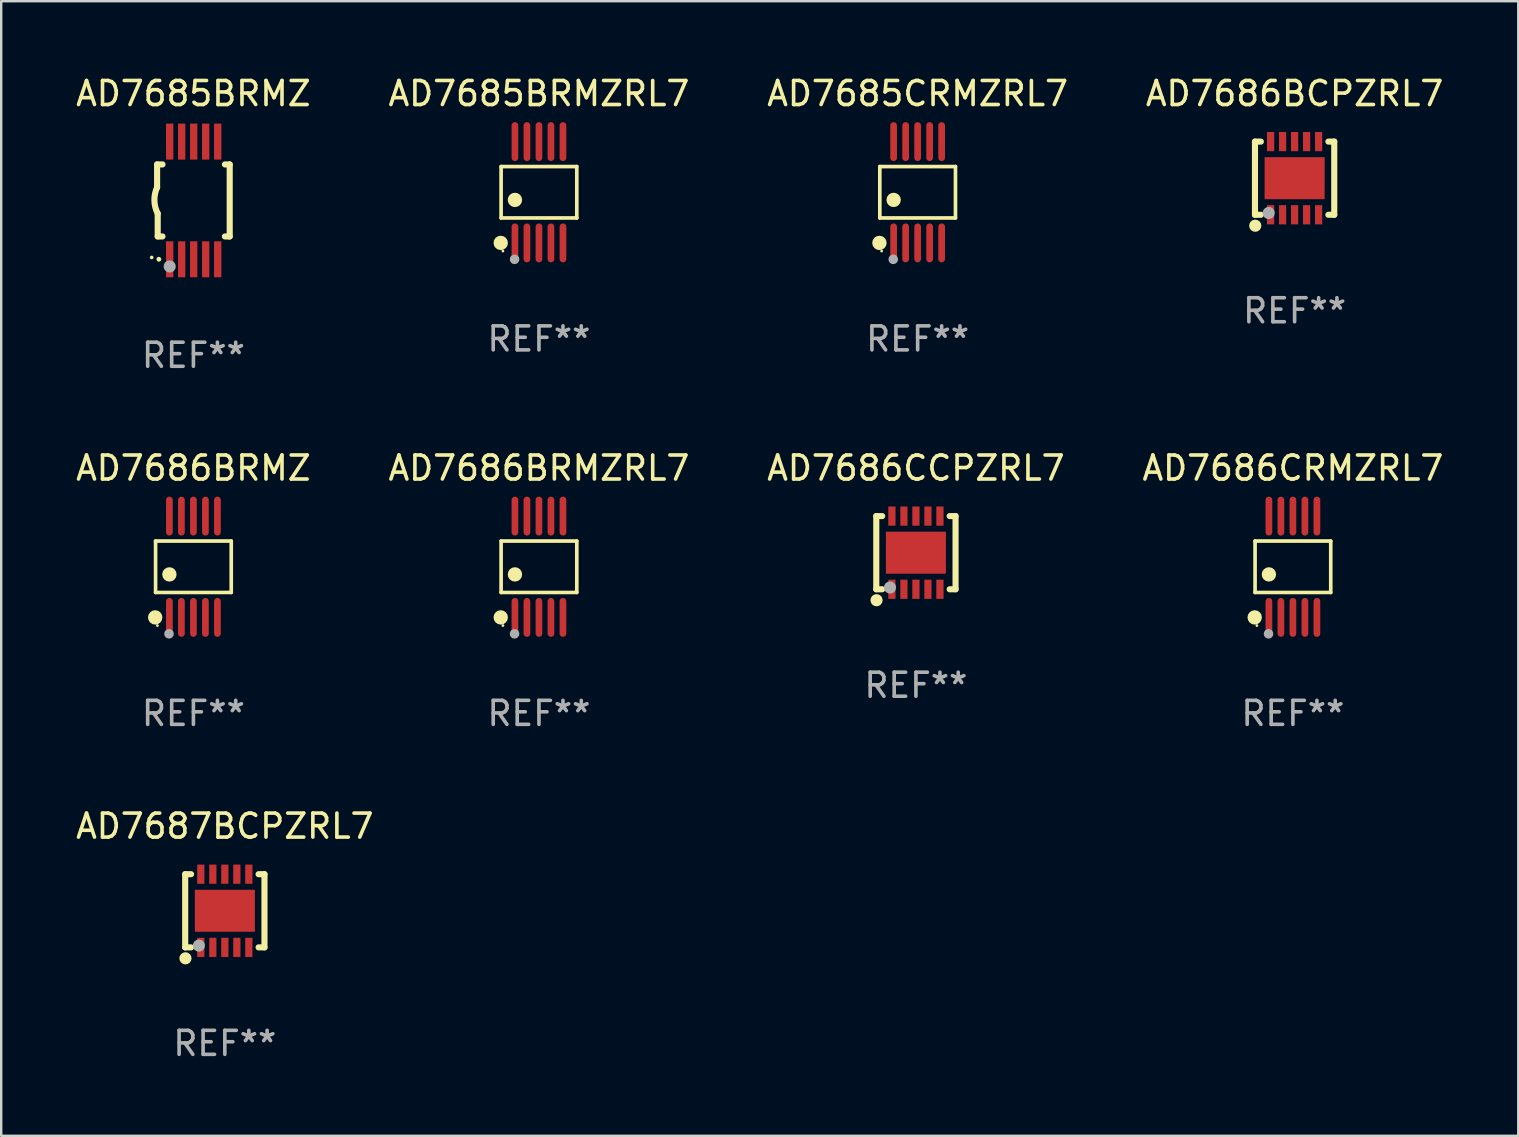
<source format=kicad_pcb>
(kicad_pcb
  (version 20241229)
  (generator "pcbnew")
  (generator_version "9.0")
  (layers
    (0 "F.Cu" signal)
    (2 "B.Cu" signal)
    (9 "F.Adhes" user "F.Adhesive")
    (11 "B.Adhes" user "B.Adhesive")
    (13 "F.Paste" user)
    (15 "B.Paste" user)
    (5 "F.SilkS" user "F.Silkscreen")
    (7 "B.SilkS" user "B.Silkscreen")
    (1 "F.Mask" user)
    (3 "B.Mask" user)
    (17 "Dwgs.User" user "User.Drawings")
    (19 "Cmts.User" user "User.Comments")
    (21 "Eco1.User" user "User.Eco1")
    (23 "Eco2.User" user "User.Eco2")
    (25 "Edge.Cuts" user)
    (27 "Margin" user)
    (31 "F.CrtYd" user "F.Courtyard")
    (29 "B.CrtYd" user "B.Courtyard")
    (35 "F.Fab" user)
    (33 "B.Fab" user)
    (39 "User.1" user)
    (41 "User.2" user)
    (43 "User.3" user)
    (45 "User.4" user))
  (footprint "AD7686BCPZRL7"
    (layer "F.Cu")
    (at 50.875 4.372)
    (property "Reference" "AD7686BCPZRL7" (at 0 -3.524 0) (layer "F.SilkS") (effects (font (size 1 1) (thickness 0.15))))
    (attr through_hole)
    (fp_line (start -1.651 -1.524) (end -1.651 1.524) (stroke (width 0.254) (type solid)) (layer "F.SilkS"))
    (fp_line (start -1.651 1.524) (end -1.406 1.524) (stroke (width 0.254) (type solid)) (layer "F.SilkS"))
    (fp_line (start -1.406 -1.524) (end -1.651 -1.524) (stroke (width 0.254) (type solid)) (layer "F.SilkS"))
    (fp_line (start 1.406 1.524) (end 1.651 1.524) (stroke (width 0.254) (type solid)) (layer "F.SilkS"))
    (fp_line (start 1.651 -1.524) (end 1.406 -1.524) (stroke (width 0.254) (type solid)) (layer "F.SilkS"))
    (fp_line (start 1.651 1.524) (end 1.651 -1.524) (stroke (width 0.254) (type solid)) (layer "F.SilkS"))
    (fp_circle (center -1.64 1.98) (end -1.513 1.98) (stroke (width 0.254) (type solid)) (fill no) (layer "F.SilkS"))
    (fp_circle (center -1.5 1.5) (end -1.47 1.5) (stroke (width 0.06) (type solid)) (fill no) (layer "F.SilkS"))
    (fp_circle (center -1.08 1.45) (end -0.953 1.45) (stroke (width 0.254) (type solid)) (fill no) (layer "F.Fab"))
    (fp_text user "REF**" (at 0 5.524 0) (layer "F.Fab") (effects (font (size 1 1) (thickness 0.15))))
    (pad "1" smd rect (at -1 1.524) (size 0.3 0.8) (layers "F.Cu" "F.Mask" "F.Paste"))
    (pad "2" smd rect (at -0.5 1.524) (size 0.3 0.8) (layers "F.Cu" "F.Mask" "F.Paste"))
    (pad "3" smd rect (at 0 1.524) (size 0.3 0.8) (layers "F.Cu" "F.Mask" "F.Paste"))
    (pad "4" smd rect (at 0.5 1.524) (size 0.3 0.8) (layers "F.Cu" "F.Mask" "F.Paste"))
    (pad "5" smd rect (at 1 1.524) (size 0.3 0.8) (layers "F.Cu" "F.Mask" "F.Paste"))
    (pad "6" smd rect (at 1 -1.524) (size 0.3 0.8) (layers "F.Cu" "F.Mask" "F.Paste"))
    (pad "7" smd rect (at 0.5 -1.524) (size 0.3 0.8) (layers "F.Cu" "F.Mask" "F.Paste"))
    (pad "8" smd rect (at 0 -1.524) (size 0.3 0.8) (layers "F.Cu" "F.Mask" "F.Paste"))
    (pad "9" smd rect (at -0.5 -1.524) (size 0.3 0.8) (layers "F.Cu" "F.Mask" "F.Paste"))
    (pad "10" smd rect (at -1 -1.524) (size 0.3 0.8) (layers "F.Cu" "F.Mask" "F.Paste"))
    (pad "11" smd rect (at 0 0) (size 2.5 1.75) (layers "F.Cu" "F.Mask" "F.Paste")))
  (footprint "AD7687BCPZRL7"
    (layer "F.Cu")
    (at 6.315 34.887)
    (property "Reference" "AD7687BCPZRL7" (at 0 -3.524 0) (layer "F.SilkS") (effects (font (size 1 1) (thickness 0.15))))
    (attr through_hole)
    (fp_line (start -1.651 -1.524) (end -1.651 1.524) (stroke (width 0.254) (type solid)) (layer "F.SilkS"))
    (fp_line (start -1.651 1.524) (end -1.406 1.524) (stroke (width 0.254) (type solid)) (layer "F.SilkS"))
    (fp_line (start -1.406 -1.524) (end -1.651 -1.524) (stroke (width 0.254) (type solid)) (layer "F.SilkS"))
    (fp_line (start 1.406 1.524) (end 1.651 1.524) (stroke (width 0.254) (type solid)) (layer "F.SilkS"))
    (fp_line (start 1.651 -1.524) (end 1.406 -1.524) (stroke (width 0.254) (type solid)) (layer "F.SilkS"))
    (fp_line (start 1.651 1.524) (end 1.651 -1.524) (stroke (width 0.254) (type solid)) (layer "F.SilkS"))
    (fp_circle (center -1.64 1.98) (end -1.513 1.98) (stroke (width 0.254) (type solid)) (fill no) (layer "F.SilkS"))
    (fp_circle (center -1.5 1.5) (end -1.47 1.5) (stroke (width 0.06) (type solid)) (fill no) (layer "F.SilkS"))
    (fp_circle (center -1.08 1.45) (end -0.953 1.45) (stroke (width 0.254) (type solid)) (fill no) (layer "F.Fab"))
    (fp_text user "REF**" (at 0 5.524 0) (layer "F.Fab") (effects (font (size 1 1) (thickness 0.15))))
    (pad "1" smd rect (at -1 1.524) (size 0.3 0.8) (layers "F.Cu" "F.Mask" "F.Paste"))
    (pad "2" smd rect (at -0.5 1.524) (size 0.3 0.8) (layers "F.Cu" "F.Mask" "F.Paste"))
    (pad "3" smd rect (at 0 1.524) (size 0.3 0.8) (layers "F.Cu" "F.Mask" "F.Paste"))
    (pad "4" smd rect (at 0.5 1.524) (size 0.3 0.8) (layers "F.Cu" "F.Mask" "F.Paste"))
    (pad "5" smd rect (at 1 1.524) (size 0.3 0.8) (layers "F.Cu" "F.Mask" "F.Paste"))
    (pad "6" smd rect (at 1 -1.524) (size 0.3 0.8) (layers "F.Cu" "F.Mask" "F.Paste"))
    (pad "7" smd rect (at 0.5 -1.524) (size 0.3 0.8) (layers "F.Cu" "F.Mask" "F.Paste"))
    (pad "8" smd rect (at 0 -1.524) (size 0.3 0.8) (layers "F.Cu" "F.Mask" "F.Paste"))
    (pad "9" smd rect (at -0.5 -1.524) (size 0.3 0.8) (layers "F.Cu" "F.Mask" "F.Paste"))
    (pad "10" smd rect (at -1 -1.524) (size 0.3 0.8) (layers "F.Cu" "F.Mask" "F.Paste"))
    (pad "11" smd rect (at 0 0) (size 2.5 1.75) (layers "F.Cu" "F.Mask" "F.Paste")))
  (footprint "AD7685BRMZRL7"
    (layer "F.Cu")
    (at 19.399 4.958)
    (property "Reference" "AD7685BRMZRL7" (at 0 -4.11 0) (layer "F.SilkS") (effects (font (size 1 1) (thickness 0.15))))
    (attr through_hole)
    (fp_line (start -1.576 -1.071) (end 1.576 -1.071) (stroke (width 0.152) (type solid)) (layer "F.SilkS"))
    (fp_line (start -1.576 1.071) (end -1.576 -1.071) (stroke (width 0.152) (type solid)) (layer "F.SilkS"))
    (fp_line (start 1.576 -1.071) (end 1.576 1.071) (stroke (width 0.152) (type solid)) (layer "F.SilkS"))
    (fp_line (start 1.576 1.071) (end -1.576 1.071) (stroke (width 0.152) (type solid)) (layer "F.SilkS"))
    (fp_circle (center -1.592 2.11) (end -1.442 2.11) (stroke (width 0.3) (type solid)) (fill no) (layer "F.SilkS"))
    (fp_circle (center -1.5 2.45) (end -1.47 2.45) (stroke (width 0.06) (type solid)) (fill no) (layer "F.SilkS"))
    (fp_circle (center -1 0.319) (end -0.85 0.319) (stroke (width 0.3) (type solid)) (fill no) (layer "F.SilkS"))
    (fp_circle (center -1.016 2.794) (end -0.916 2.794) (stroke (width 0.2) (type solid)) (fill no) (layer "F.Fab"))
    (fp_text user "REF**" (at 0 6.11 0) (layer "F.Fab") (effects (font (size 1 1) (thickness 0.15))))
    (pad "1" smd oval (at -1 2.11) (size 0.28 1.62) (layers "F.Cu" "F.Mask" "F.Paste"))
    (pad "2" smd oval (at -0.5 2.11) (size 0.28 1.62) (layers "F.Cu" "F.Mask" "F.Paste"))
    (pad "3" smd oval (at 0 2.11) (size 0.28 1.62) (layers "F.Cu" "F.Mask" "F.Paste"))
    (pad "4" smd oval (at 0.5 2.11) (size 0.28 1.62) (layers "F.Cu" "F.Mask" "F.Paste"))
    (pad "5" smd oval (at 1 2.11) (size 0.28 1.62) (layers "F.Cu" "F.Mask" "F.Paste"))
    (pad "6" smd oval (at 1 -2.11) (size 0.28 1.62) (layers "F.Cu" "F.Mask" "F.Paste"))
    (pad "7" smd oval (at 0.5 -2.11) (size 0.28 1.62) (layers "F.Cu" "F.Mask" "F.Paste"))
    (pad "8" smd oval (at 0 -2.11) (size 0.28 1.62) (layers "F.Cu" "F.Mask" "F.Paste"))
    (pad "9" smd oval (at -0.5 -2.11) (size 0.28 1.62) (layers "F.Cu" "F.Mask" "F.Paste"))
    (pad "10" smd oval (at -1 -2.11) (size 0.28 1.62) (layers "F.Cu" "F.Mask" "F.Paste")))
  (footprint "AD7685BRMZ"
    (layer "F.Cu")
    (at 5.006 5.299)
    (property "Reference" "AD7685BRMZ" (at 0 -4.451 0) (layer "F.SilkS") (effects (font (size 1 1) (thickness 0.15))))
    (attr through_hole)
    (fp_line (start -1.512 -1.5) (end -1.512 -0.546) (stroke (width 0.254) (type solid)) (layer "F.SilkS"))
    (fp_line (start -1.487 0.546) (end -1.487 1.5) (stroke (width 0.254) (type solid)) (layer "F.SilkS"))
    (fp_line (start -1.288 -1.5) (end -1.512 -1.5) (stroke (width 0.254) (type solid)) (layer "F.SilkS"))
    (fp_line (start -1.288 1.5) (end -1.487 1.5) (stroke (width 0.254) (type solid)) (layer "F.SilkS"))
    (fp_line (start 1.512 -1.5) (end 1.312 -1.5) (stroke (width 0.254) (type solid)) (layer "F.SilkS"))
    (fp_line (start 1.512 -1.5) (end 1.512 1.5) (stroke (width 0.254) (type solid)) (layer "F.SilkS"))
    (fp_line (start 1.512 1.5) (end 1.312 1.5) (stroke (width 0.254) (type solid)) (layer "F.SilkS"))
    (fp_arc (start -1.739332 2.375032) (mid -1.738062 2.375026) (end -1.736792 2.375032) (stroke (width 0.150013) (type solid)) (layer "F.SilkS"))
    (fp_arc (start -1.486602 0.546102) (mid -1.624196 0.002905) (end -1.512002 -0.546101) (stroke (width 0.254001) (type solid)) (layer "F.SilkS"))
    (fp_circle (center -1.438 2.45) (end -1.388 2.45) (stroke (width 0.1) (type solid)) (fill no) (layer "F.SilkS"))
    (fp_circle (center -0.988 2.75) (end -0.861 2.75) (stroke (width 0.254) (type solid)) (fill no) (layer "F.Fab"))
    (fp_text user "REF**" (at 0 6.451 0) (layer "F.Fab") (effects (font (size 1 1) (thickness 0.15))))
    (pad "1" smd rect (at -0.988 2.451 90) (size 1.5 0.305) (layers "F.Cu" "F.Mask" "F.Paste"))
    (pad "2" smd rect (at -0.488 2.451 90) (size 1.5 0.305) (layers "F.Cu" "F.Mask" "F.Paste"))
    (pad "3" smd rect (at 0.012 2.451 90) (size 1.5 0.305) (layers "F.Cu" "F.Mask" "F.Paste"))
    (pad "4" smd rect (at 0.512 2.451 90) (size 1.5 0.305) (layers "F.Cu" "F.Mask" "F.Paste"))
    (pad "5" smd rect (at 1.012 2.451 90) (size 1.5 0.305) (layers "F.Cu" "F.Mask" "F.Paste"))
    (pad "6" smd rect (at 1.012 -2.451 90) (size 1.5 0.305) (layers "F.Cu" "F.Mask" "F.Paste"))
    (pad "7" smd rect (at 0.512 -2.451 90) (size 1.5 0.305) (layers "F.Cu" "F.Mask" "F.Paste"))
    (pad "8" smd rect (at 0.012 -2.451 90) (size 1.5 0.305) (layers "F.Cu" "F.Mask" "F.Paste"))
    (pad "9" smd rect (at -0.488 -2.451 90) (size 1.5 0.305) (layers "F.Cu" "F.Mask" "F.Paste"))
    (pad "10" smd rect (at -0.988 -2.451 90) (size 1.5 0.305) (layers "F.Cu" "F.Mask" "F.Paste")))
  (footprint "AD7686BRMZRL7"
    (layer "F.Cu")
    (at 19.399 20.557)
    (property "Reference" "AD7686BRMZRL7" (at 0 -4.11 0) (layer "F.SilkS") (effects (font (size 1 1) (thickness 0.15))))
    (attr through_hole)
    (fp_line (start -1.576 -1.071) (end 1.576 -1.071) (stroke (width 0.152) (type solid)) (layer "F.SilkS"))
    (fp_line (start -1.576 1.071) (end -1.576 -1.071) (stroke (width 0.152) (type solid)) (layer "F.SilkS"))
    (fp_line (start 1.576 -1.071) (end 1.576 1.071) (stroke (width 0.152) (type solid)) (layer "F.SilkS"))
    (fp_line (start 1.576 1.071) (end -1.576 1.071) (stroke (width 0.152) (type solid)) (layer "F.SilkS"))
    (fp_circle (center -1.592 2.11) (end -1.442 2.11) (stroke (width 0.3) (type solid)) (fill no) (layer "F.SilkS"))
    (fp_circle (center -1.5 2.45) (end -1.47 2.45) (stroke (width 0.06) (type solid)) (fill no) (layer "F.SilkS"))
    (fp_circle (center -1 0.319) (end -0.85 0.319) (stroke (width 0.3) (type solid)) (fill no) (layer "F.SilkS"))
    (fp_circle (center -1.016 2.794) (end -0.916 2.794) (stroke (width 0.2) (type solid)) (fill no) (layer "F.Fab"))
    (fp_text user "REF**" (at 0 6.11 0) (layer "F.Fab") (effects (font (size 1 1) (thickness 0.15))))
    (pad "1" smd oval (at -1 2.11) (size 0.28 1.62) (layers "F.Cu" "F.Mask" "F.Paste"))
    (pad "2" smd oval (at -0.5 2.11) (size 0.28 1.62) (layers "F.Cu" "F.Mask" "F.Paste"))
    (pad "3" smd oval (at 0 2.11) (size 0.28 1.62) (layers "F.Cu" "F.Mask" "F.Paste"))
    (pad "4" smd oval (at 0.5 2.11) (size 0.28 1.62) (layers "F.Cu" "F.Mask" "F.Paste"))
    (pad "5" smd oval (at 1 2.11) (size 0.28 1.62) (layers "F.Cu" "F.Mask" "F.Paste"))
    (pad "6" smd oval (at 1 -2.11) (size 0.28 1.62) (layers "F.Cu" "F.Mask" "F.Paste"))
    (pad "7" smd oval (at 0.5 -2.11) (size 0.28 1.62) (layers "F.Cu" "F.Mask" "F.Paste"))
    (pad "8" smd oval (at 0 -2.11) (size 0.28 1.62) (layers "F.Cu" "F.Mask" "F.Paste"))
    (pad "9" smd oval (at -0.5 -2.11) (size 0.28 1.62) (layers "F.Cu" "F.Mask" "F.Paste"))
    (pad "10" smd oval (at -1 -2.11) (size 0.28 1.62) (layers "F.Cu" "F.Mask" "F.Paste")))
  (footprint "AD7686CRMZRL7"
    (layer "F.Cu")
    (at 50.804 20.557)
    (property "Reference" "AD7686CRMZRL7" (at 0 -4.11 0) (layer "F.SilkS") (effects (font (size 1 1) (thickness 0.15))))
    (attr through_hole)
    (fp_line (start -1.576 -1.071) (end 1.576 -1.071) (stroke (width 0.152) (type solid)) (layer "F.SilkS"))
    (fp_line (start -1.576 1.071) (end -1.576 -1.071) (stroke (width 0.152) (type solid)) (layer "F.SilkS"))
    (fp_line (start 1.576 -1.071) (end 1.576 1.071) (stroke (width 0.152) (type solid)) (layer "F.SilkS"))
    (fp_line (start 1.576 1.071) (end -1.576 1.071) (stroke (width 0.152) (type solid)) (layer "F.SilkS"))
    (fp_circle (center -1.592 2.11) (end -1.442 2.11) (stroke (width 0.3) (type solid)) (fill no) (layer "F.SilkS"))
    (fp_circle (center -1.5 2.45) (end -1.47 2.45) (stroke (width 0.06) (type solid)) (fill no) (layer "F.SilkS"))
    (fp_circle (center -1 0.319) (end -0.85 0.319) (stroke (width 0.3) (type solid)) (fill no) (layer "F.SilkS"))
    (fp_circle (center -1.016 2.794) (end -0.916 2.794) (stroke (width 0.2) (type solid)) (fill no) (layer "F.Fab"))
    (fp_text user "REF**" (at 0 6.11 0) (layer "F.Fab") (effects (font (size 1 1) (thickness 0.15))))
    (pad "1" smd oval (at -1 2.11) (size 0.28 1.62) (layers "F.Cu" "F.Mask" "F.Paste"))
    (pad "2" smd oval (at -0.5 2.11) (size 0.28 1.62) (layers "F.Cu" "F.Mask" "F.Paste"))
    (pad "3" smd oval (at 0 2.11) (size 0.28 1.62) (layers "F.Cu" "F.Mask" "F.Paste"))
    (pad "4" smd oval (at 0.5 2.11) (size 0.28 1.62) (layers "F.Cu" "F.Mask" "F.Paste"))
    (pad "5" smd oval (at 1 2.11) (size 0.28 1.62) (layers "F.Cu" "F.Mask" "F.Paste"))
    (pad "6" smd oval (at 1 -2.11) (size 0.28 1.62) (layers "F.Cu" "F.Mask" "F.Paste"))
    (pad "7" smd oval (at 0.5 -2.11) (size 0.28 1.62) (layers "F.Cu" "F.Mask" "F.Paste"))
    (pad "8" smd oval (at 0 -2.11) (size 0.28 1.62) (layers "F.Cu" "F.Mask" "F.Paste"))
    (pad "9" smd oval (at -0.5 -2.11) (size 0.28 1.62) (layers "F.Cu" "F.Mask" "F.Paste"))
    (pad "10" smd oval (at -1 -2.11) (size 0.28 1.62) (layers "F.Cu" "F.Mask" "F.Paste")))
  (footprint "AD7685CRMZRL7"
    (layer "F.Cu")
    (at 35.173 4.958)
    (property "Reference" "AD7685CRMZRL7" (at 0 -4.11 0) (layer "F.SilkS") (effects (font (size 1 1) (thickness 0.15))))
    (attr through_hole)
    (fp_line (start -1.576 -1.071) (end 1.576 -1.071) (stroke (width 0.152) (type solid)) (layer "F.SilkS"))
    (fp_line (start -1.576 1.071) (end -1.576 -1.071) (stroke (width 0.152) (type solid)) (layer "F.SilkS"))
    (fp_line (start 1.576 -1.071) (end 1.576 1.071) (stroke (width 0.152) (type solid)) (layer "F.SilkS"))
    (fp_line (start 1.576 1.071) (end -1.576 1.071) (stroke (width 0.152) (type solid)) (layer "F.SilkS"))
    (fp_circle (center -1.592 2.11) (end -1.442 2.11) (stroke (width 0.3) (type solid)) (fill no) (layer "F.SilkS"))
    (fp_circle (center -1.5 2.45) (end -1.47 2.45) (stroke (width 0.06) (type solid)) (fill no) (layer "F.SilkS"))
    (fp_circle (center -1 0.319) (end -0.85 0.319) (stroke (width 0.3) (type solid)) (fill no) (layer "F.SilkS"))
    (fp_circle (center -1.016 2.794) (end -0.916 2.794) (stroke (width 0.2) (type solid)) (fill no) (layer "F.Fab"))
    (fp_text user "REF**" (at 0 6.11 0) (layer "F.Fab") (effects (font (size 1 1) (thickness 0.15))))
    (pad "1" smd oval (at -1 2.11) (size 0.28 1.62) (layers "F.Cu" "F.Mask" "F.Paste"))
    (pad "2" smd oval (at -0.5 2.11) (size 0.28 1.62) (layers "F.Cu" "F.Mask" "F.Paste"))
    (pad "3" smd oval (at 0 2.11) (size 0.28 1.62) (layers "F.Cu" "F.Mask" "F.Paste"))
    (pad "4" smd oval (at 0.5 2.11) (size 0.28 1.62) (layers "F.Cu" "F.Mask" "F.Paste"))
    (pad "5" smd oval (at 1 2.11) (size 0.28 1.62) (layers "F.Cu" "F.Mask" "F.Paste"))
    (pad "6" smd oval (at 1 -2.11) (size 0.28 1.62) (layers "F.Cu" "F.Mask" "F.Paste"))
    (pad "7" smd oval (at 0.5 -2.11) (size 0.28 1.62) (layers "F.Cu" "F.Mask" "F.Paste"))
    (pad "8" smd oval (at 0 -2.11) (size 0.28 1.62) (layers "F.Cu" "F.Mask" "F.Paste"))
    (pad "9" smd oval (at -0.5 -2.11) (size 0.28 1.62) (layers "F.Cu" "F.Mask" "F.Paste"))
    (pad "10" smd oval (at -1 -2.11) (size 0.28 1.62) (layers "F.Cu" "F.Mask" "F.Paste")))
  (footprint "AD7686CCPZRL7"
    (layer "F.Cu")
    (at 35.101 19.971)
    (property "Reference" "AD7686CCPZRL7" (at 0 -3.524 0) (layer "F.SilkS") (effects (font (size 1 1) (thickness 0.15))))
    (attr through_hole)
    (fp_line (start -1.651 -1.524) (end -1.651 1.524) (stroke (width 0.254) (type solid)) (layer "F.SilkS"))
    (fp_line (start -1.651 1.524) (end -1.406 1.524) (stroke (width 0.254) (type solid)) (layer "F.SilkS"))
    (fp_line (start -1.406 -1.524) (end -1.651 -1.524) (stroke (width 0.254) (type solid)) (layer "F.SilkS"))
    (fp_line (start 1.406 1.524) (end 1.651 1.524) (stroke (width 0.254) (type solid)) (layer "F.SilkS"))
    (fp_line (start 1.651 -1.524) (end 1.406 -1.524) (stroke (width 0.254) (type solid)) (layer "F.SilkS"))
    (fp_line (start 1.651 1.524) (end 1.651 -1.524) (stroke (width 0.254) (type solid)) (layer "F.SilkS"))
    (fp_circle (center -1.64 1.98) (end -1.513 1.98) (stroke (width 0.254) (type solid)) (fill no) (layer "F.SilkS"))
    (fp_circle (center -1.5 1.5) (end -1.47 1.5) (stroke (width 0.06) (type solid)) (fill no) (layer "F.SilkS"))
    (fp_circle (center -1.08 1.45) (end -0.953 1.45) (stroke (width 0.254) (type solid)) (fill no) (layer "F.Fab"))
    (fp_text user "REF**" (at 0 5.524 0) (layer "F.Fab") (effects (font (size 1 1) (thickness 0.15))))
    (pad "1" smd rect (at -1 1.524) (size 0.3 0.8) (layers "F.Cu" "F.Mask" "F.Paste"))
    (pad "2" smd rect (at -0.5 1.524) (size 0.3 0.8) (layers "F.Cu" "F.Mask" "F.Paste"))
    (pad "3" smd rect (at 0 1.524) (size 0.3 0.8) (layers "F.Cu" "F.Mask" "F.Paste"))
    (pad "4" smd rect (at 0.5 1.524) (size 0.3 0.8) (layers "F.Cu" "F.Mask" "F.Paste"))
    (pad "5" smd rect (at 1 1.524) (size 0.3 0.8) (layers "F.Cu" "F.Mask" "F.Paste"))
    (pad "6" smd rect (at 1 -1.524) (size 0.3 0.8) (layers "F.Cu" "F.Mask" "F.Paste"))
    (pad "7" smd rect (at 0.5 -1.524) (size 0.3 0.8) (layers "F.Cu" "F.Mask" "F.Paste"))
    (pad "8" smd rect (at 0 -1.524) (size 0.3 0.8) (layers "F.Cu" "F.Mask" "F.Paste"))
    (pad "9" smd rect (at -0.5 -1.524) (size 0.3 0.8) (layers "F.Cu" "F.Mask" "F.Paste"))
    (pad "10" smd rect (at -1 -1.524) (size 0.3 0.8) (layers "F.Cu" "F.Mask" "F.Paste"))
    (pad "11" smd rect (at 0 0) (size 2.5 1.75) (layers "F.Cu" "F.Mask" "F.Paste")))
  (footprint "AD7686BRMZ"
    (layer "F.Cu")
    (at 5.006 20.557)
    (property "Reference" "AD7686BRMZ" (at 0 -4.11 0) (layer "F.SilkS") (effects (font (size 1 1) (thickness 0.15))))
    (attr through_hole)
    (fp_line (start -1.576 -1.071) (end 1.576 -1.071) (stroke (width 0.152) (type solid)) (layer "F.SilkS"))
    (fp_line (start -1.576 1.071) (end -1.576 -1.071) (stroke (width 0.152) (type solid)) (layer "F.SilkS"))
    (fp_line (start 1.576 -1.071) (end 1.576 1.071) (stroke (width 0.152) (type solid)) (layer "F.SilkS"))
    (fp_line (start 1.576 1.071) (end -1.576 1.071) (stroke (width 0.152) (type solid)) (layer "F.SilkS"))
    (fp_circle (center -1.592 2.11) (end -1.442 2.11) (stroke (width 0.3) (type solid)) (fill no) (layer "F.SilkS"))
    (fp_circle (center -1.5 2.45) (end -1.47 2.45) (stroke (width 0.06) (type solid)) (fill no) (layer "F.SilkS"))
    (fp_circle (center -1 0.319) (end -0.85 0.319) (stroke (width 0.3) (type solid)) (fill no) (layer "F.SilkS"))
    (fp_circle (center -1.016 2.794) (end -0.916 2.794) (stroke (width 0.2) (type solid)) (fill no) (layer "F.Fab"))
    (fp_text user "REF**" (at 0 6.11 0) (layer "F.Fab") (effects (font (size 1 1) (thickness 0.15))))
    (pad "1" smd oval (at -1 2.11) (size 0.28 1.62) (layers "F.Cu" "F.Mask" "F.Paste"))
    (pad "2" smd oval (at -0.5 2.11) (size 0.28 1.62) (layers "F.Cu" "F.Mask" "F.Paste"))
    (pad "3" smd oval (at 0 2.11) (size 0.28 1.62) (layers "F.Cu" "F.Mask" "F.Paste"))
    (pad "4" smd oval (at 0.5 2.11) (size 0.28 1.62) (layers "F.Cu" "F.Mask" "F.Paste"))
    (pad "5" smd oval (at 1 2.11) (size 0.28 1.62) (layers "F.Cu" "F.Mask" "F.Paste"))
    (pad "6" smd oval (at 1 -2.11) (size 0.28 1.62) (layers "F.Cu" "F.Mask" "F.Paste"))
    (pad "7" smd oval (at 0.5 -2.11) (size 0.28 1.62) (layers "F.Cu" "F.Mask" "F.Paste"))
    (pad "8" smd oval (at 0 -2.11) (size 0.28 1.62) (layers "F.Cu" "F.Mask" "F.Paste"))
    (pad "9" smd oval (at -0.5 -2.11) (size 0.28 1.62) (layers "F.Cu" "F.Mask" "F.Paste"))
    (pad "10" smd oval (at -1 -2.11) (size 0.28 1.62) (layers "F.Cu" "F.Mask" "F.Paste")))
  (gr_rect
    (start -3 -3)
    (end 60.19 44.26)
    (stroke (width 0.1) (type default))
    (fill no)
    (layer "Edge.Cuts")))
</source>
